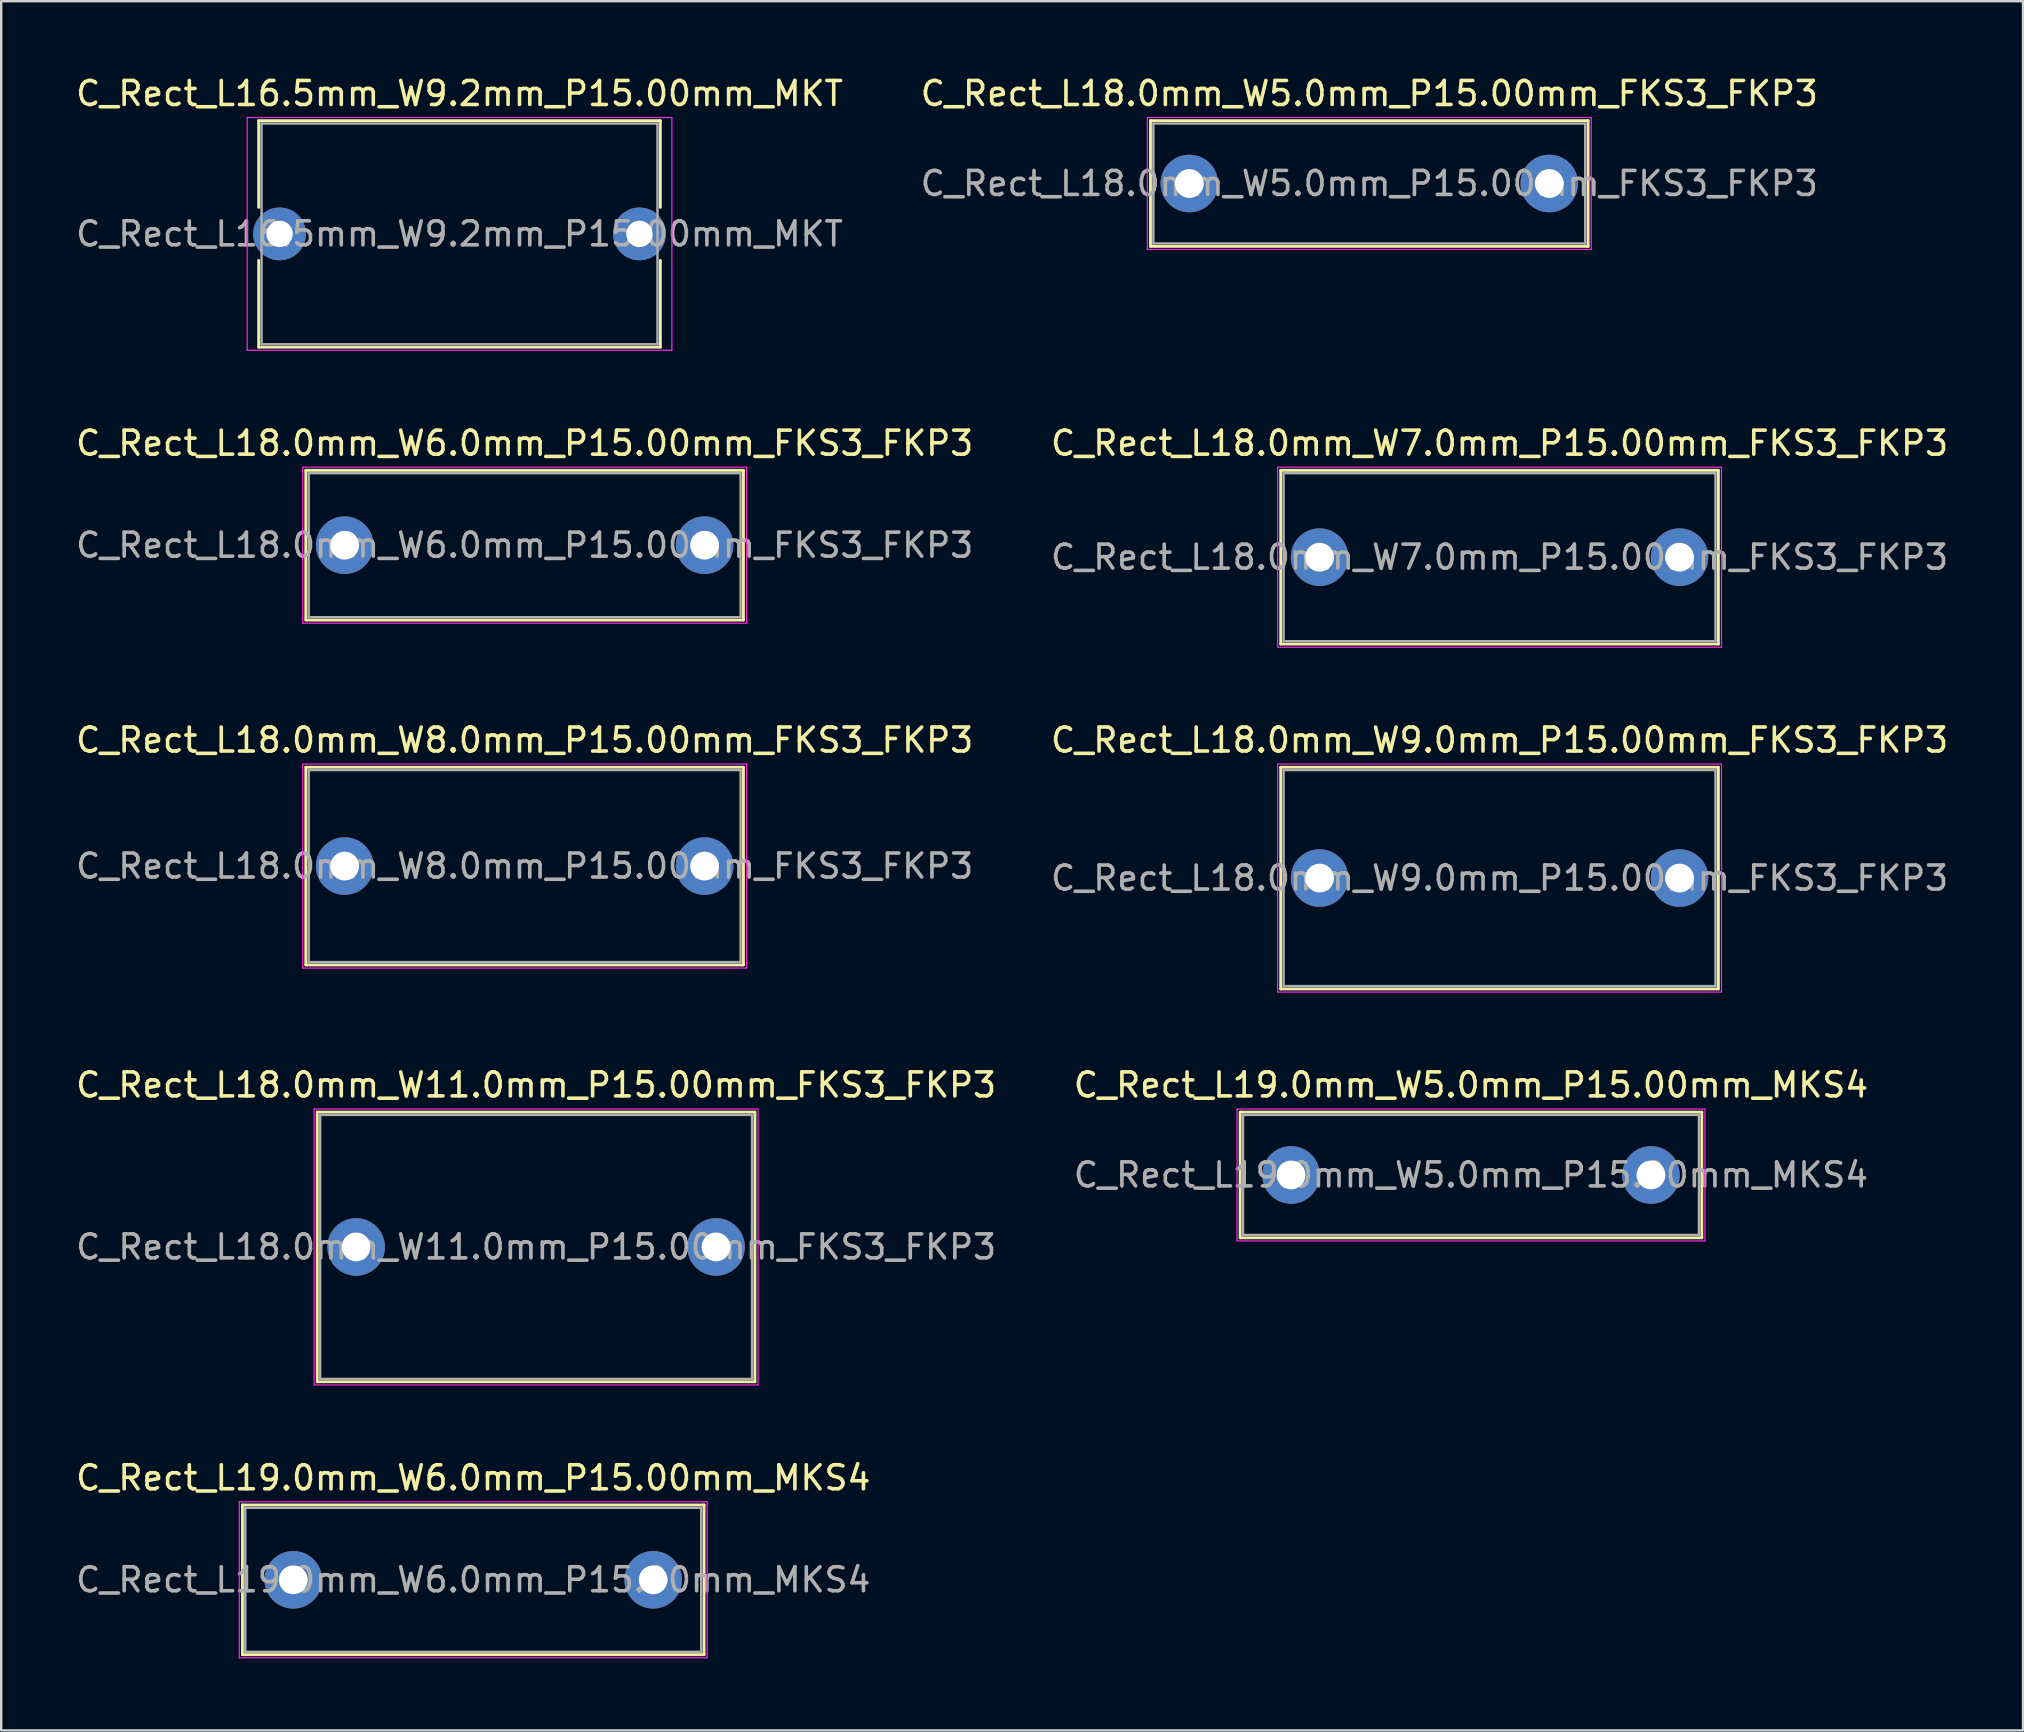
<source format=kicad_pcb>
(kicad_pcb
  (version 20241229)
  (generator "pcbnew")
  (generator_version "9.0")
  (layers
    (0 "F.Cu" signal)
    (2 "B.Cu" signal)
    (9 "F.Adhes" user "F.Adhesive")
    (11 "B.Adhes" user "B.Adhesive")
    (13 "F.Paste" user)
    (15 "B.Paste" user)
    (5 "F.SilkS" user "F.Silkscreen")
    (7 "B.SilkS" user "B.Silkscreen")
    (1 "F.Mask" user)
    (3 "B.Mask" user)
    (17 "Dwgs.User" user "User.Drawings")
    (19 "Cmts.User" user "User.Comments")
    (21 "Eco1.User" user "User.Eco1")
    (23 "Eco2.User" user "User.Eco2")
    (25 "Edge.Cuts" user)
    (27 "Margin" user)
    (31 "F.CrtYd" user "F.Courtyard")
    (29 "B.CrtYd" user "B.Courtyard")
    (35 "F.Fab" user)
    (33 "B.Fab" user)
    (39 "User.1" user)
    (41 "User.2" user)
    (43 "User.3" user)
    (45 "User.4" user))
  (footprint "C_Rect_L18.0mm_W11.0mm_P15.00mm_FKS3_FKP3"
    (layer "F.Cu")
    (at 11.792 48.918)
    (property "Reference" "C_Rect_L18.0mm_W11.0mm_P15.00mm_FKS3_FKP3" (at 7.5 -6.75 0) (layer "F.SilkS") (effects (font (size 1 1) (thickness 0.15))))
    (attr through_hole)
    (fp_line (start -1.62 -5.62) (end -1.62 5.62) (stroke (width 0.12) (type solid)) (layer "F.SilkS"))
    (fp_line (start -1.62 -5.62) (end 16.62 -5.62) (stroke (width 0.12) (type solid)) (layer "F.SilkS"))
    (fp_line (start -1.62 5.62) (end 16.62 5.62) (stroke (width 0.12) (type solid)) (layer "F.SilkS"))
    (fp_line (start 16.62 -5.62) (end 16.62 5.62) (stroke (width 0.12) (type solid)) (layer "F.SilkS"))
    (fp_line (start -1.75 -5.75) (end -1.75 5.75) (stroke (width 0.05) (type solid)) (layer "F.CrtYd"))
    (fp_line (start -1.75 5.75) (end 16.75 5.75) (stroke (width 0.05) (type solid)) (layer "F.CrtYd"))
    (fp_line (start 16.75 -5.75) (end -1.75 -5.75) (stroke (width 0.05) (type solid)) (layer "F.CrtYd"))
    (fp_line (start 16.75 5.75) (end 16.75 -5.75) (stroke (width 0.05) (type solid)) (layer "F.CrtYd"))
    (fp_line (start -1.5 -5.5) (end -1.5 5.5) (stroke (width 0.1) (type solid)) (layer "F.Fab"))
    (fp_line (start -1.5 5.5) (end 16.5 5.5) (stroke (width 0.1) (type solid)) (layer "F.Fab"))
    (fp_line (start 16.5 -5.5) (end -1.5 -5.5) (stroke (width 0.1) (type solid)) (layer "F.Fab"))
    (fp_line (start 16.5 5.5) (end 16.5 -5.5) (stroke (width 0.1) (type solid)) (layer "F.Fab"))
    (fp_text user "${REFERENCE}" (at 7.5 0 0) (layer "F.Fab") (effects (font (size 1 1) (thickness 0.15))))
    (pad "1" thru_hole circle (at 0 0) (size 2.4 2.4) (drill 1.2) (layers "*.Cu" "*.Mask"))
    (pad "2" thru_hole circle (at 15 0) (size 2.4 2.4) (drill 1.2) (layers "*.Cu" "*.Mask")))
  (footprint "C_Rect_L18.0mm_W6.0mm_P15.00mm_FKS3_FKP3"
    (layer "F.Cu")
    (at 11.315 19.672)
    (property "Reference" "C_Rect_L18.0mm_W6.0mm_P15.00mm_FKS3_FKP3" (at 7.5 -4.25 0) (layer "F.SilkS") (effects (font (size 1 1) (thickness 0.15))))
    (attr through_hole)
    (fp_line (start -1.62 -3.12) (end -1.62 3.12) (stroke (width 0.12) (type solid)) (layer "F.SilkS"))
    (fp_line (start -1.62 -3.12) (end 16.62 -3.12) (stroke (width 0.12) (type solid)) (layer "F.SilkS"))
    (fp_line (start -1.62 3.12) (end 16.62 3.12) (stroke (width 0.12) (type solid)) (layer "F.SilkS"))
    (fp_line (start 16.62 -3.12) (end 16.62 3.12) (stroke (width 0.12) (type solid)) (layer "F.SilkS"))
    (fp_line (start -1.75 -3.25) (end -1.75 3.25) (stroke (width 0.05) (type solid)) (layer "F.CrtYd"))
    (fp_line (start -1.75 3.25) (end 16.75 3.25) (stroke (width 0.05) (type solid)) (layer "F.CrtYd"))
    (fp_line (start 16.75 -3.25) (end -1.75 -3.25) (stroke (width 0.05) (type solid)) (layer "F.CrtYd"))
    (fp_line (start 16.75 3.25) (end 16.75 -3.25) (stroke (width 0.05) (type solid)) (layer "F.CrtYd"))
    (fp_line (start -1.5 -3) (end -1.5 3) (stroke (width 0.1) (type solid)) (layer "F.Fab"))
    (fp_line (start -1.5 3) (end 16.5 3) (stroke (width 0.1) (type solid)) (layer "F.Fab"))
    (fp_line (start 16.5 -3) (end -1.5 -3) (stroke (width 0.1) (type solid)) (layer "F.Fab"))
    (fp_line (start 16.5 3) (end 16.5 -3) (stroke (width 0.1) (type solid)) (layer "F.Fab"))
    (fp_text user "${REFERENCE}" (at 7.5 0 0) (layer "F.Fab") (effects (font (size 1 1) (thickness 0.15))))
    (pad "1" thru_hole circle (at 0 0) (size 2.4 2.4) (drill 1.2) (layers "*.Cu" "*.Mask"))
    (pad "2" thru_hole circle (at 15 0) (size 2.4 2.4) (drill 1.2) (layers "*.Cu" "*.Mask")))
  (footprint "C_Rect_L16.5mm_W9.2mm_P15.00mm_MKT"
    (layer "F.Cu")
    (at 8.601 6.698)
    (property "Reference" "C_Rect_L16.5mm_W9.2mm_P15.00mm_MKT" (at 7.5 -5.85 0) (layer "F.SilkS") (effects (font (size 1 1) (thickness 0.15))))
    (attr through_hole)
    (fp_line (start -0.87 -4.72) (end -0.87 -1.104) (stroke (width 0.12) (type solid)) (layer "F.SilkS"))
    (fp_line (start -0.87 -4.72) (end 15.87 -4.72) (stroke (width 0.12) (type solid)) (layer "F.SilkS"))
    (fp_line (start -0.87 1.104) (end -0.87 4.72) (stroke (width 0.12) (type solid)) (layer "F.SilkS"))
    (fp_line (start -0.87 4.72) (end 15.87 4.72) (stroke (width 0.12) (type solid)) (layer "F.SilkS"))
    (fp_line (start 15.87 -4.72) (end 15.87 -1.104) (stroke (width 0.12) (type solid)) (layer "F.SilkS"))
    (fp_line (start 15.87 1.104) (end 15.87 4.72) (stroke (width 0.12) (type solid)) (layer "F.SilkS"))
    (fp_line (start -1.35 -4.85) (end -1.35 4.85) (stroke (width 0.05) (type solid)) (layer "F.CrtYd"))
    (fp_line (start -1.35 4.85) (end 16.35 4.85) (stroke (width 0.05) (type solid)) (layer "F.CrtYd"))
    (fp_line (start 16.35 -4.85) (end -1.35 -4.85) (stroke (width 0.05) (type solid)) (layer "F.CrtYd"))
    (fp_line (start 16.35 4.85) (end 16.35 -4.85) (stroke (width 0.05) (type solid)) (layer "F.CrtYd"))
    (fp_line (start -0.75 -4.6) (end -0.75 4.6) (stroke (width 0.1) (type solid)) (layer "F.Fab"))
    (fp_line (start -0.75 4.6) (end 15.75 4.6) (stroke (width 0.1) (type solid)) (layer "F.Fab"))
    (fp_line (start 15.75 -4.6) (end -0.75 -4.6) (stroke (width 0.1) (type solid)) (layer "F.Fab"))
    (fp_line (start 15.75 4.6) (end 15.75 -4.6) (stroke (width 0.1) (type solid)) (layer "F.Fab"))
    (fp_text user "${REFERENCE}" (at 7.5 0 0) (layer "F.Fab") (effects (font (size 1 1) (thickness 0.15))))
    (pad "1" thru_hole circle (at 0 0) (size 2.2 2.2) (drill 1.1) (layers "*.Cu" "*.Mask"))
    (pad "2" thru_hole circle (at 15 0) (size 2.2 2.2) (drill 1.1) (layers "*.Cu" "*.Mask")))
  (footprint "C_Rect_L18.0mm_W5.0mm_P15.00mm_FKS3_FKP3"
    (layer "F.Cu")
    (at 46.518 4.598)
    (property "Reference" "C_Rect_L18.0mm_W5.0mm_P15.00mm_FKS3_FKP3" (at 7.5 -3.75 0) (layer "F.SilkS") (effects (font (size 1 1) (thickness 0.15))))
    (attr through_hole)
    (fp_line (start -1.62 -2.62) (end -1.62 2.62) (stroke (width 0.12) (type solid)) (layer "F.SilkS"))
    (fp_line (start -1.62 -2.62) (end 16.62 -2.62) (stroke (width 0.12) (type solid)) (layer "F.SilkS"))
    (fp_line (start -1.62 2.62) (end 16.62 2.62) (stroke (width 0.12) (type solid)) (layer "F.SilkS"))
    (fp_line (start 16.62 -2.62) (end 16.62 2.62) (stroke (width 0.12) (type solid)) (layer "F.SilkS"))
    (fp_line (start -1.75 -2.75) (end -1.75 2.75) (stroke (width 0.05) (type solid)) (layer "F.CrtYd"))
    (fp_line (start -1.75 2.75) (end 16.75 2.75) (stroke (width 0.05) (type solid)) (layer "F.CrtYd"))
    (fp_line (start 16.75 -2.75) (end -1.75 -2.75) (stroke (width 0.05) (type solid)) (layer "F.CrtYd"))
    (fp_line (start 16.75 2.75) (end 16.75 -2.75) (stroke (width 0.05) (type solid)) (layer "F.CrtYd"))
    (fp_line (start -1.5 -2.5) (end -1.5 2.5) (stroke (width 0.1) (type solid)) (layer "F.Fab"))
    (fp_line (start -1.5 2.5) (end 16.5 2.5) (stroke (width 0.1) (type solid)) (layer "F.Fab"))
    (fp_line (start 16.5 -2.5) (end -1.5 -2.5) (stroke (width 0.1) (type solid)) (layer "F.Fab"))
    (fp_line (start 16.5 2.5) (end 16.5 -2.5) (stroke (width 0.1) (type solid)) (layer "F.Fab"))
    (fp_text user "${REFERENCE}" (at 7.5 0 0) (layer "F.Fab") (effects (font (size 1 1) (thickness 0.15))))
    (pad "1" thru_hole circle (at 0 0) (size 2.4 2.4) (drill 1.2) (layers "*.Cu" "*.Mask"))
    (pad "2" thru_hole circle (at 15 0) (size 2.4 2.4) (drill 1.2) (layers "*.Cu" "*.Mask")))
  (footprint "C_Rect_L19.0mm_W6.0mm_P15.00mm_MKS4"
    (layer "F.Cu")
    (at 9.173 62.791)
    (property "Reference" "C_Rect_L19.0mm_W6.0mm_P15.00mm_MKS4" (at 7.5 -4.25 0) (layer "F.SilkS") (effects (font (size 1 1) (thickness 0.15))))
    (attr through_hole)
    (fp_line (start -2.12 -3.12) (end -2.12 3.12) (stroke (width 0.12) (type solid)) (layer "F.SilkS"))
    (fp_line (start -2.12 -3.12) (end 17.12 -3.12) (stroke (width 0.12) (type solid)) (layer "F.SilkS"))
    (fp_line (start -2.12 3.12) (end 17.12 3.12) (stroke (width 0.12) (type solid)) (layer "F.SilkS"))
    (fp_line (start 17.12 -3.12) (end 17.12 3.12) (stroke (width 0.12) (type solid)) (layer "F.SilkS"))
    (fp_line (start -2.25 -3.25) (end -2.25 3.25) (stroke (width 0.05) (type solid)) (layer "F.CrtYd"))
    (fp_line (start -2.25 3.25) (end 17.25 3.25) (stroke (width 0.05) (type solid)) (layer "F.CrtYd"))
    (fp_line (start 17.25 -3.25) (end -2.25 -3.25) (stroke (width 0.05) (type solid)) (layer "F.CrtYd"))
    (fp_line (start 17.25 3.25) (end 17.25 -3.25) (stroke (width 0.05) (type solid)) (layer "F.CrtYd"))
    (fp_line (start -2 -3) (end -2 3) (stroke (width 0.1) (type solid)) (layer "F.Fab"))
    (fp_line (start -2 3) (end 17 3) (stroke (width 0.1) (type solid)) (layer "F.Fab"))
    (fp_line (start 17 -3) (end -2 -3) (stroke (width 0.1) (type solid)) (layer "F.Fab"))
    (fp_line (start 17 3) (end 17 -3) (stroke (width 0.1) (type solid)) (layer "F.Fab"))
    (fp_text user "${REFERENCE}" (at 7.5 0 0) (layer "F.Fab") (effects (font (size 1 1) (thickness 0.15))))
    (pad "1" thru_hole circle (at 0 0) (size 2.4 2.4) (drill 1.2) (layers "*.Cu" "*.Mask"))
    (pad "2" thru_hole circle (at 15 0) (size 2.4 2.4) (drill 1.2) (layers "*.Cu" "*.Mask")))
  (footprint "C_Rect_L19.0mm_W5.0mm_P15.00mm_MKS4"
    (layer "F.Cu")
    (at 50.756 45.918)
    (property "Reference" "C_Rect_L19.0mm_W5.0mm_P15.00mm_MKS4" (at 7.5 -3.75 0) (layer "F.SilkS") (effects (font (size 1 1) (thickness 0.15))))
    (attr through_hole)
    (fp_line (start -2.12 -2.62) (end -2.12 2.62) (stroke (width 0.12) (type solid)) (layer "F.SilkS"))
    (fp_line (start -2.12 -2.62) (end 17.12 -2.62) (stroke (width 0.12) (type solid)) (layer "F.SilkS"))
    (fp_line (start -2.12 2.62) (end 17.12 2.62) (stroke (width 0.12) (type solid)) (layer "F.SilkS"))
    (fp_line (start 17.12 -2.62) (end 17.12 2.62) (stroke (width 0.12) (type solid)) (layer "F.SilkS"))
    (fp_line (start -2.25 -2.75) (end -2.25 2.75) (stroke (width 0.05) (type solid)) (layer "F.CrtYd"))
    (fp_line (start -2.25 2.75) (end 17.25 2.75) (stroke (width 0.05) (type solid)) (layer "F.CrtYd"))
    (fp_line (start 17.25 -2.75) (end -2.25 -2.75) (stroke (width 0.05) (type solid)) (layer "F.CrtYd"))
    (fp_line (start 17.25 2.75) (end 17.25 -2.75) (stroke (width 0.05) (type solid)) (layer "F.CrtYd"))
    (fp_line (start -2 -2.5) (end -2 2.5) (stroke (width 0.1) (type solid)) (layer "F.Fab"))
    (fp_line (start -2 2.5) (end 17 2.5) (stroke (width 0.1) (type solid)) (layer "F.Fab"))
    (fp_line (start 17 -2.5) (end -2 -2.5) (stroke (width 0.1) (type solid)) (layer "F.Fab"))
    (fp_line (start 17 2.5) (end 17 -2.5) (stroke (width 0.1) (type solid)) (layer "F.Fab"))
    (fp_text user "${REFERENCE}" (at 7.5 0 0) (layer "F.Fab") (effects (font (size 1 1) (thickness 0.15))))
    (pad "1" thru_hole circle (at 0 0) (size 2.4 2.4) (drill 1.2) (layers "*.Cu" "*.Mask"))
    (pad "2" thru_hole circle (at 15 0) (size 2.4 2.4) (drill 1.2) (layers "*.Cu" "*.Mask")))
  (footprint "C_Rect_L18.0mm_W8.0mm_P15.00mm_FKS3_FKP3"
    (layer "F.Cu")
    (at 11.315 33.045)
    (property "Reference" "C_Rect_L18.0mm_W8.0mm_P15.00mm_FKS3_FKP3" (at 7.5 -5.25 0) (layer "F.SilkS") (effects (font (size 1 1) (thickness 0.15))))
    (attr through_hole)
    (fp_line (start -1.62 -4.12) (end -1.62 4.12) (stroke (width 0.12) (type solid)) (layer "F.SilkS"))
    (fp_line (start -1.62 -4.12) (end 16.62 -4.12) (stroke (width 0.12) (type solid)) (layer "F.SilkS"))
    (fp_line (start -1.62 4.12) (end 16.62 4.12) (stroke (width 0.12) (type solid)) (layer "F.SilkS"))
    (fp_line (start 16.62 -4.12) (end 16.62 4.12) (stroke (width 0.12) (type solid)) (layer "F.SilkS"))
    (fp_line (start -1.75 -4.25) (end -1.75 4.25) (stroke (width 0.05) (type solid)) (layer "F.CrtYd"))
    (fp_line (start -1.75 4.25) (end 16.75 4.25) (stroke (width 0.05) (type solid)) (layer "F.CrtYd"))
    (fp_line (start 16.75 -4.25) (end -1.75 -4.25) (stroke (width 0.05) (type solid)) (layer "F.CrtYd"))
    (fp_line (start 16.75 4.25) (end 16.75 -4.25) (stroke (width 0.05) (type solid)) (layer "F.CrtYd"))
    (fp_line (start -1.5 -4) (end -1.5 4) (stroke (width 0.1) (type solid)) (layer "F.Fab"))
    (fp_line (start -1.5 4) (end 16.5 4) (stroke (width 0.1) (type solid)) (layer "F.Fab"))
    (fp_line (start 16.5 -4) (end -1.5 -4) (stroke (width 0.1) (type solid)) (layer "F.Fab"))
    (fp_line (start 16.5 4) (end 16.5 -4) (stroke (width 0.1) (type solid)) (layer "F.Fab"))
    (fp_text user "${REFERENCE}" (at 7.5 0 0) (layer "F.Fab") (effects (font (size 1 1) (thickness 0.15))))
    (pad "1" thru_hole circle (at 0 0) (size 2.4 2.4) (drill 1.2) (layers "*.Cu" "*.Mask"))
    (pad "2" thru_hole circle (at 15 0) (size 2.4 2.4) (drill 1.2) (layers "*.Cu" "*.Mask")))
  (footprint "C_Rect_L18.0mm_W9.0mm_P15.00mm_FKS3_FKP3"
    (layer "F.Cu")
    (at 51.946 33.545)
    (property "Reference" "C_Rect_L18.0mm_W9.0mm_P15.00mm_FKS3_FKP3" (at 7.5 -5.75 0) (layer "F.SilkS") (effects (font (size 1 1) (thickness 0.15))))
    (attr through_hole)
    (fp_line (start -1.62 -4.62) (end -1.62 4.62) (stroke (width 0.12) (type solid)) (layer "F.SilkS"))
    (fp_line (start -1.62 -4.62) (end 16.62 -4.62) (stroke (width 0.12) (type solid)) (layer "F.SilkS"))
    (fp_line (start -1.62 4.62) (end 16.62 4.62) (stroke (width 0.12) (type solid)) (layer "F.SilkS"))
    (fp_line (start 16.62 -4.62) (end 16.62 4.62) (stroke (width 0.12) (type solid)) (layer "F.SilkS"))
    (fp_line (start -1.75 -4.75) (end -1.75 4.75) (stroke (width 0.05) (type solid)) (layer "F.CrtYd"))
    (fp_line (start -1.75 4.75) (end 16.75 4.75) (stroke (width 0.05) (type solid)) (layer "F.CrtYd"))
    (fp_line (start 16.75 -4.75) (end -1.75 -4.75) (stroke (width 0.05) (type solid)) (layer "F.CrtYd"))
    (fp_line (start 16.75 4.75) (end 16.75 -4.75) (stroke (width 0.05) (type solid)) (layer "F.CrtYd"))
    (fp_line (start -1.5 -4.5) (end -1.5 4.5) (stroke (width 0.1) (type solid)) (layer "F.Fab"))
    (fp_line (start -1.5 4.5) (end 16.5 4.5) (stroke (width 0.1) (type solid)) (layer "F.Fab"))
    (fp_line (start 16.5 -4.5) (end -1.5 -4.5) (stroke (width 0.1) (type solid)) (layer "F.Fab"))
    (fp_line (start 16.5 4.5) (end 16.5 -4.5) (stroke (width 0.1) (type solid)) (layer "F.Fab"))
    (fp_text user "${REFERENCE}" (at 7.5 0 0) (layer "F.Fab") (effects (font (size 1 1) (thickness 0.15))))
    (pad "1" thru_hole circle (at 0 0) (size 2.4 2.4) (drill 1.2) (layers "*.Cu" "*.Mask"))
    (pad "2" thru_hole circle (at 15 0) (size 2.4 2.4) (drill 1.2) (layers "*.Cu" "*.Mask")))
  (footprint "C_Rect_L18.0mm_W7.0mm_P15.00mm_FKS3_FKP3"
    (layer "F.Cu")
    (at 51.946 20.172)
    (property "Reference" "C_Rect_L18.0mm_W7.0mm_P15.00mm_FKS3_FKP3" (at 7.5 -4.75 0) (layer "F.SilkS") (effects (font (size 1 1) (thickness 0.15))))
    (attr through_hole)
    (fp_line (start -1.62 -3.62) (end -1.62 3.62) (stroke (width 0.12) (type solid)) (layer "F.SilkS"))
    (fp_line (start -1.62 -3.62) (end 16.62 -3.62) (stroke (width 0.12) (type solid)) (layer "F.SilkS"))
    (fp_line (start -1.62 3.62) (end 16.62 3.62) (stroke (width 0.12) (type solid)) (layer "F.SilkS"))
    (fp_line (start 16.62 -3.62) (end 16.62 3.62) (stroke (width 0.12) (type solid)) (layer "F.SilkS"))
    (fp_line (start -1.75 -3.75) (end -1.75 3.75) (stroke (width 0.05) (type solid)) (layer "F.CrtYd"))
    (fp_line (start -1.75 3.75) (end 16.75 3.75) (stroke (width 0.05) (type solid)) (layer "F.CrtYd"))
    (fp_line (start 16.75 -3.75) (end -1.75 -3.75) (stroke (width 0.05) (type solid)) (layer "F.CrtYd"))
    (fp_line (start 16.75 3.75) (end 16.75 -3.75) (stroke (width 0.05) (type solid)) (layer "F.CrtYd"))
    (fp_line (start -1.5 -3.5) (end -1.5 3.5) (stroke (width 0.1) (type solid)) (layer "F.Fab"))
    (fp_line (start -1.5 3.5) (end 16.5 3.5) (stroke (width 0.1) (type solid)) (layer "F.Fab"))
    (fp_line (start 16.5 -3.5) (end -1.5 -3.5) (stroke (width 0.1) (type solid)) (layer "F.Fab"))
    (fp_line (start 16.5 3.5) (end 16.5 -3.5) (stroke (width 0.1) (type solid)) (layer "F.Fab"))
    (fp_text user "${REFERENCE}" (at 7.5 0 0) (layer "F.Fab") (effects (font (size 1 1) (thickness 0.15))))
    (pad "1" thru_hole circle (at 0 0) (size 2.4 2.4) (drill 1.2) (layers "*.Cu" "*.Mask"))
    (pad "2" thru_hole circle (at 15 0) (size 2.4 2.4) (drill 1.2) (layers "*.Cu" "*.Mask")))
  (gr_rect
    (start -3 -3)
    (end 81.262 69.066)
    (stroke (width 0.1) (type default))
    (fill no)
    (layer "Edge.Cuts")))
</source>
